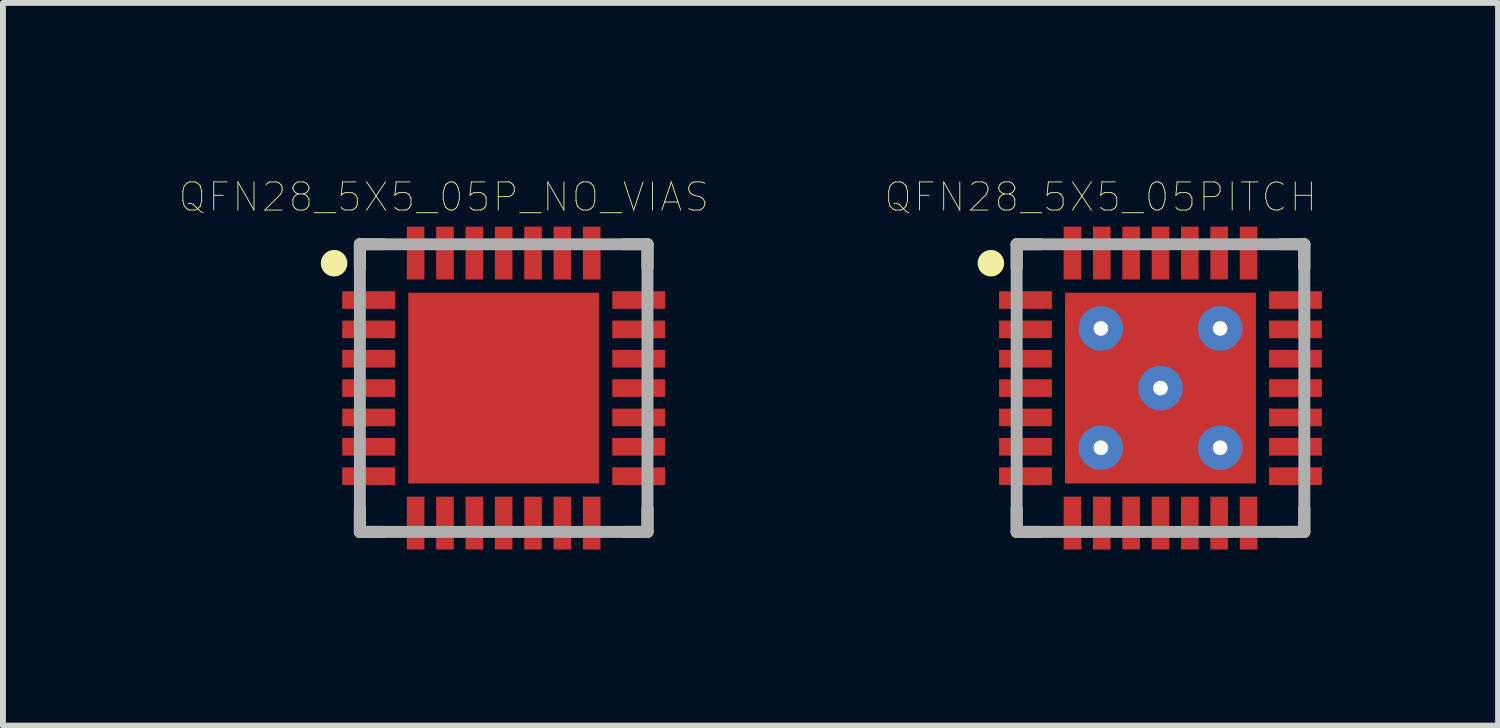
<source format=kicad_pcb>
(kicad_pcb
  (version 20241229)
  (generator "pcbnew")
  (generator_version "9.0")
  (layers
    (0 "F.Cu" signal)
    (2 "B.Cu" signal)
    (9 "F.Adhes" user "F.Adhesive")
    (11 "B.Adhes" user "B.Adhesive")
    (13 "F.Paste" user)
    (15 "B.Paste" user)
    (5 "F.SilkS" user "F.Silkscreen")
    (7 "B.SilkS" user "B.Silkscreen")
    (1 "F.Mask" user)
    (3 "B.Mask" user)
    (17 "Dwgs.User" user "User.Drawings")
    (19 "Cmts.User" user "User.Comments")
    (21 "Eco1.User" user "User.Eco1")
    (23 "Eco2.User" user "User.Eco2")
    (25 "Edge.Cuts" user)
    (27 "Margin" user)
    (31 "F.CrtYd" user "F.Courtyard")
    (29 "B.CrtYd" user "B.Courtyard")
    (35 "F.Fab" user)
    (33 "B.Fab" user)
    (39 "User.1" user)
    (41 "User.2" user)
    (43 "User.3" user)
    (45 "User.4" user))
  (footprint "QFN28_5X5_05PITCH"
    (layer "F.Cu")
    (at 16.719 3.561)
    (property "Reference" "QFN28_5X5_05PITCH" (at -1.019 -3.254 0) (layer "F.SilkS") (effects (font (size 0.48 0.48) (thickness 0.015))))
    (attr through_hole)
    (fp_line (start -2.45 -2.45) (end -2.05 -2.45) (stroke (width 0.203) (type solid)) (layer "F.SilkS"))
    (fp_line (start -2.45 -2.05) (end -2.45 -2.45) (stroke (width 0.203) (type solid)) (layer "F.SilkS"))
    (fp_line (start -2.45 2.45) (end -2.45 2.05) (stroke (width 0.203) (type solid)) (layer "F.SilkS"))
    (fp_line (start -2.05 2.45) (end -2.45 2.45) (stroke (width 0.203) (type solid)) (layer "F.SilkS"))
    (fp_line (start 2.05 -2.45) (end 2.45 -2.45) (stroke (width 0.203) (type solid)) (layer "F.SilkS"))
    (fp_line (start 2.45 -2.45) (end 2.45 -2.05) (stroke (width 0.203) (type solid)) (layer "F.SilkS"))
    (fp_line (start 2.45 2.05) (end 2.45 2.45) (stroke (width 0.203) (type solid)) (layer "F.SilkS"))
    (fp_line (start 2.45 2.45) (end 2.05 2.45) (stroke (width 0.203) (type solid)) (layer "F.SilkS"))
    (fp_circle (center -2.889 -2.127) (end -2.663 -2.127) (stroke (width 0) (type solid)) (fill yes) (layer "F.SilkS"))
    (fp_line (start -2.45 -2.45) (end 2.45 -2.45) (stroke (width 0.203) (type solid)) (layer "F.Fab"))
    (fp_line (start -2.45 2.45) (end -2.45 -2.45) (stroke (width 0.203) (type solid)) (layer "F.Fab"))
    (fp_line (start 2.45 -2.45) (end 2.45 2.45) (stroke (width 0.203) (type solid)) (layer "F.Fab"))
    (fp_line (start 2.45 2.45) (end -2.45 2.45) (stroke (width 0.203) (type solid)) (layer "F.Fab"))
    (pad "1" smd rect (at -2.3 -1.5) (size 0.9 0.3) (layers "F.Cu" "F.Mask" "F.Paste"))
    (pad "2" smd rect (at -2.3 -1) (size 0.9 0.3) (layers "F.Cu" "F.Mask" "F.Paste"))
    (pad "3" smd rect (at -2.3 -0.5) (size 0.9 0.3) (layers "F.Cu" "F.Mask" "F.Paste"))
    (pad "4" smd rect (at -2.3 0) (size 0.9 0.3) (layers "F.Cu" "F.Mask" "F.Paste"))
    (pad "5" smd rect (at -2.3 0.5) (size 0.9 0.3) (layers "F.Cu" "F.Mask" "F.Paste"))
    (pad "6" smd rect (at -2.3 1) (size 0.9 0.3) (layers "F.Cu" "F.Mask" "F.Paste"))
    (pad "7" smd rect (at -2.3 1.5) (size 0.9 0.3) (layers "F.Cu" "F.Mask" "F.Paste"))
    (pad "8" smd rect (at -1.5 2.3) (size 0.3 0.9) (layers "F.Cu" "F.Mask" "F.Paste"))
    (pad "9" smd rect (at -1 2.3) (size 0.3 0.9) (layers "F.Cu" "F.Mask" "F.Paste"))
    (pad "10" smd rect (at -0.5 2.3) (size 0.3 0.9) (layers "F.Cu" "F.Mask" "F.Paste"))
    (pad "11" smd rect (at 0 2.3) (size 0.3 0.9) (layers "F.Cu" "F.Mask" "F.Paste"))
    (pad "12" smd rect (at 0.5 2.3) (size 0.3 0.9) (layers "F.Cu" "F.Mask" "F.Paste"))
    (pad "13" smd rect (at 1 2.3) (size 0.3 0.9) (layers "F.Cu" "F.Mask" "F.Paste"))
    (pad "14" smd rect (at 1.5 2.3) (size 0.3 0.9) (layers "F.Cu" "F.Mask" "F.Paste"))
    (pad "15" smd rect (at 2.3 1.5) (size 0.9 0.3) (layers "F.Cu" "F.Mask" "F.Paste"))
    (pad "16" smd rect (at 2.3 1) (size 0.9 0.3) (layers "F.Cu" "F.Mask" "F.Paste"))
    (pad "17" smd rect (at 2.3 0.5) (size 0.9 0.3) (layers "F.Cu" "F.Mask" "F.Paste"))
    (pad "18" smd rect (at 2.3 0) (size 0.9 0.3) (layers "F.Cu" "F.Mask" "F.Paste"))
    (pad "19" smd rect (at 2.3 -0.5) (size 0.9 0.3) (layers "F.Cu" "F.Mask" "F.Paste"))
    (pad "20" smd rect (at 2.3 -1) (size 0.9 0.3) (layers "F.Cu" "F.Mask" "F.Paste"))
    (pad "21" smd rect (at 2.3 -1.5) (size 0.9 0.3) (layers "F.Cu" "F.Mask" "F.Paste"))
    (pad "22" smd rect (at 1.5 -2.3) (size 0.3 0.9) (layers "F.Cu" "F.Mask" "F.Paste"))
    (pad "23" smd rect (at 1 -2.3) (size 0.3 0.9) (layers "F.Cu" "F.Mask" "F.Paste"))
    (pad "24" smd rect (at 0.5 -2.3) (size 0.3 0.9) (layers "F.Cu" "F.Mask" "F.Paste"))
    (pad "25" smd rect (at 0 -2.3) (size 0.3 0.9) (layers "F.Cu" "F.Mask" "F.Paste"))
    (pad "26" smd rect (at -0.5 -2.3) (size 0.3 0.9) (layers "F.Cu" "F.Mask" "F.Paste"))
    (pad "27" smd rect (at -1 -2.3) (size 0.3 0.9) (layers "F.Cu" "F.Mask" "F.Paste"))
    (pad "28" smd rect (at -1.5 -2.3) (size 0.3 0.9) (layers "F.Cu" "F.Mask" "F.Paste"))
    (pad "GND" smd rect (at 0 0) (size 3.25 3.25) (layers "F.Cu" "F.Mask" "F.Paste"))
    (pad "GND1" thru_hole circle (at 0 0) (size 0.758 0.758) (drill 0.25) (layers "*.Cu"))
    (pad "GND2" thru_hole circle (at 1.016 -1.016) (size 0.758 0.758) (drill 0.25) (layers "*.Cu"))
    (pad "GND3" thru_hole circle (at 1.016 1.016) (size 0.758 0.758) (drill 0.25) (layers "*.Cu"))
    (pad "GND4" thru_hole circle (at -1.016 1.016) (size 0.758 0.758) (drill 0.25) (layers "*.Cu"))
    (pad "GND5" thru_hole circle (at -1.016 -1.016) (size 0.758 0.758) (drill 0.25) (layers "*.Cu")))
  (footprint "QFN28_5X5_05P_NO_VIAS"
    (layer "F.Cu")
    (at 5.53 3.561)
    (property "Reference" "QFN28_5X5_05P_NO_VIAS" (at -1.019 -3.254 0) (layer "F.SilkS") (effects (font (size 0.48 0.48) (thickness 0.015))))
    (attr through_hole)
    (fp_line (start -2.45 -2.45) (end -2.05 -2.45) (stroke (width 0.203) (type solid)) (layer "F.SilkS"))
    (fp_line (start -2.45 -2.05) (end -2.45 -2.45) (stroke (width 0.203) (type solid)) (layer "F.SilkS"))
    (fp_line (start -2.45 2.45) (end -2.45 2.05) (stroke (width 0.203) (type solid)) (layer "F.SilkS"))
    (fp_line (start -2.05 2.45) (end -2.45 2.45) (stroke (width 0.203) (type solid)) (layer "F.SilkS"))
    (fp_line (start 2.05 -2.45) (end 2.45 -2.45) (stroke (width 0.203) (type solid)) (layer "F.SilkS"))
    (fp_line (start 2.45 -2.45) (end 2.45 -2.05) (stroke (width 0.203) (type solid)) (layer "F.SilkS"))
    (fp_line (start 2.45 2.05) (end 2.45 2.45) (stroke (width 0.203) (type solid)) (layer "F.SilkS"))
    (fp_line (start 2.45 2.45) (end 2.05 2.45) (stroke (width 0.203) (type solid)) (layer "F.SilkS"))
    (fp_circle (center -2.889 -2.127) (end -2.663 -2.127) (stroke (width 0) (type solid)) (fill yes) (layer "F.SilkS"))
    (fp_line (start -2.45 -2.45) (end 2.45 -2.45) (stroke (width 0.203) (type solid)) (layer "F.Fab"))
    (fp_line (start -2.45 2.45) (end -2.45 -2.45) (stroke (width 0.203) (type solid)) (layer "F.Fab"))
    (fp_line (start 2.45 -2.45) (end 2.45 2.45) (stroke (width 0.203) (type solid)) (layer "F.Fab"))
    (fp_line (start 2.45 2.45) (end -2.45 2.45) (stroke (width 0.203) (type solid)) (layer "F.Fab"))
    (pad "1" smd rect (at -2.3 -1.5) (size 0.9 0.3) (layers "F.Cu" "F.Mask" "F.Paste"))
    (pad "2" smd rect (at -2.3 -1) (size 0.9 0.3) (layers "F.Cu" "F.Mask" "F.Paste"))
    (pad "3" smd rect (at -2.3 -0.5) (size 0.9 0.3) (layers "F.Cu" "F.Mask" "F.Paste"))
    (pad "4" smd rect (at -2.3 0) (size 0.9 0.3) (layers "F.Cu" "F.Mask" "F.Paste"))
    (pad "5" smd rect (at -2.3 0.5) (size 0.9 0.3) (layers "F.Cu" "F.Mask" "F.Paste"))
    (pad "6" smd rect (at -2.3 1) (size 0.9 0.3) (layers "F.Cu" "F.Mask" "F.Paste"))
    (pad "7" smd rect (at -2.3 1.5) (size 0.9 0.3) (layers "F.Cu" "F.Mask" "F.Paste"))
    (pad "8" smd rect (at -1.5 2.3) (size 0.3 0.9) (layers "F.Cu" "F.Mask" "F.Paste"))
    (pad "9" smd rect (at -1 2.3) (size 0.3 0.9) (layers "F.Cu" "F.Mask" "F.Paste"))
    (pad "10" smd rect (at -0.5 2.3) (size 0.3 0.9) (layers "F.Cu" "F.Mask" "F.Paste"))
    (pad "11" smd rect (at 0 2.3) (size 0.3 0.9) (layers "F.Cu" "F.Mask" "F.Paste"))
    (pad "12" smd rect (at 0.5 2.3) (size 0.3 0.9) (layers "F.Cu" "F.Mask" "F.Paste"))
    (pad "13" smd rect (at 1 2.3) (size 0.3 0.9) (layers "F.Cu" "F.Mask" "F.Paste"))
    (pad "14" smd rect (at 1.5 2.3) (size 0.3 0.9) (layers "F.Cu" "F.Mask" "F.Paste"))
    (pad "15" smd rect (at 2.3 1.5) (size 0.9 0.3) (layers "F.Cu" "F.Mask" "F.Paste"))
    (pad "16" smd rect (at 2.3 1) (size 0.9 0.3) (layers "F.Cu" "F.Mask" "F.Paste"))
    (pad "17" smd rect (at 2.3 0.5) (size 0.9 0.3) (layers "F.Cu" "F.Mask" "F.Paste"))
    (pad "18" smd rect (at 2.3 0) (size 0.9 0.3) (layers "F.Cu" "F.Mask" "F.Paste"))
    (pad "19" smd rect (at 2.3 -0.5) (size 0.9 0.3) (layers "F.Cu" "F.Mask" "F.Paste"))
    (pad "20" smd rect (at 2.3 -1) (size 0.9 0.3) (layers "F.Cu" "F.Mask" "F.Paste"))
    (pad "21" smd rect (at 2.3 -1.5) (size 0.9 0.3) (layers "F.Cu" "F.Mask" "F.Paste"))
    (pad "22" smd rect (at 1.5 -2.3) (size 0.3 0.9) (layers "F.Cu" "F.Mask" "F.Paste"))
    (pad "23" smd rect (at 1 -2.3) (size 0.3 0.9) (layers "F.Cu" "F.Mask" "F.Paste"))
    (pad "24" smd rect (at 0.5 -2.3) (size 0.3 0.9) (layers "F.Cu" "F.Mask" "F.Paste"))
    (pad "25" smd rect (at 0 -2.3) (size 0.3 0.9) (layers "F.Cu" "F.Mask" "F.Paste"))
    (pad "26" smd rect (at -0.5 -2.3) (size 0.3 0.9) (layers "F.Cu" "F.Mask" "F.Paste"))
    (pad "27" smd rect (at -1 -2.3) (size 0.3 0.9) (layers "F.Cu" "F.Mask" "F.Paste"))
    (pad "28" smd rect (at -1.5 -2.3) (size 0.3 0.9) (layers "F.Cu" "F.Mask" "F.Paste"))
    (pad "GND" smd rect (at 0 0) (size 3.25 3.25) (layers "F.Cu" "F.Mask" "F.Paste")))
  (gr_rect
    (start -3 -3)
    (end 22.469 9.311)
    (stroke (width 0.1) (type default))
    (fill no)
    (layer "Edge.Cuts")))
</source>
